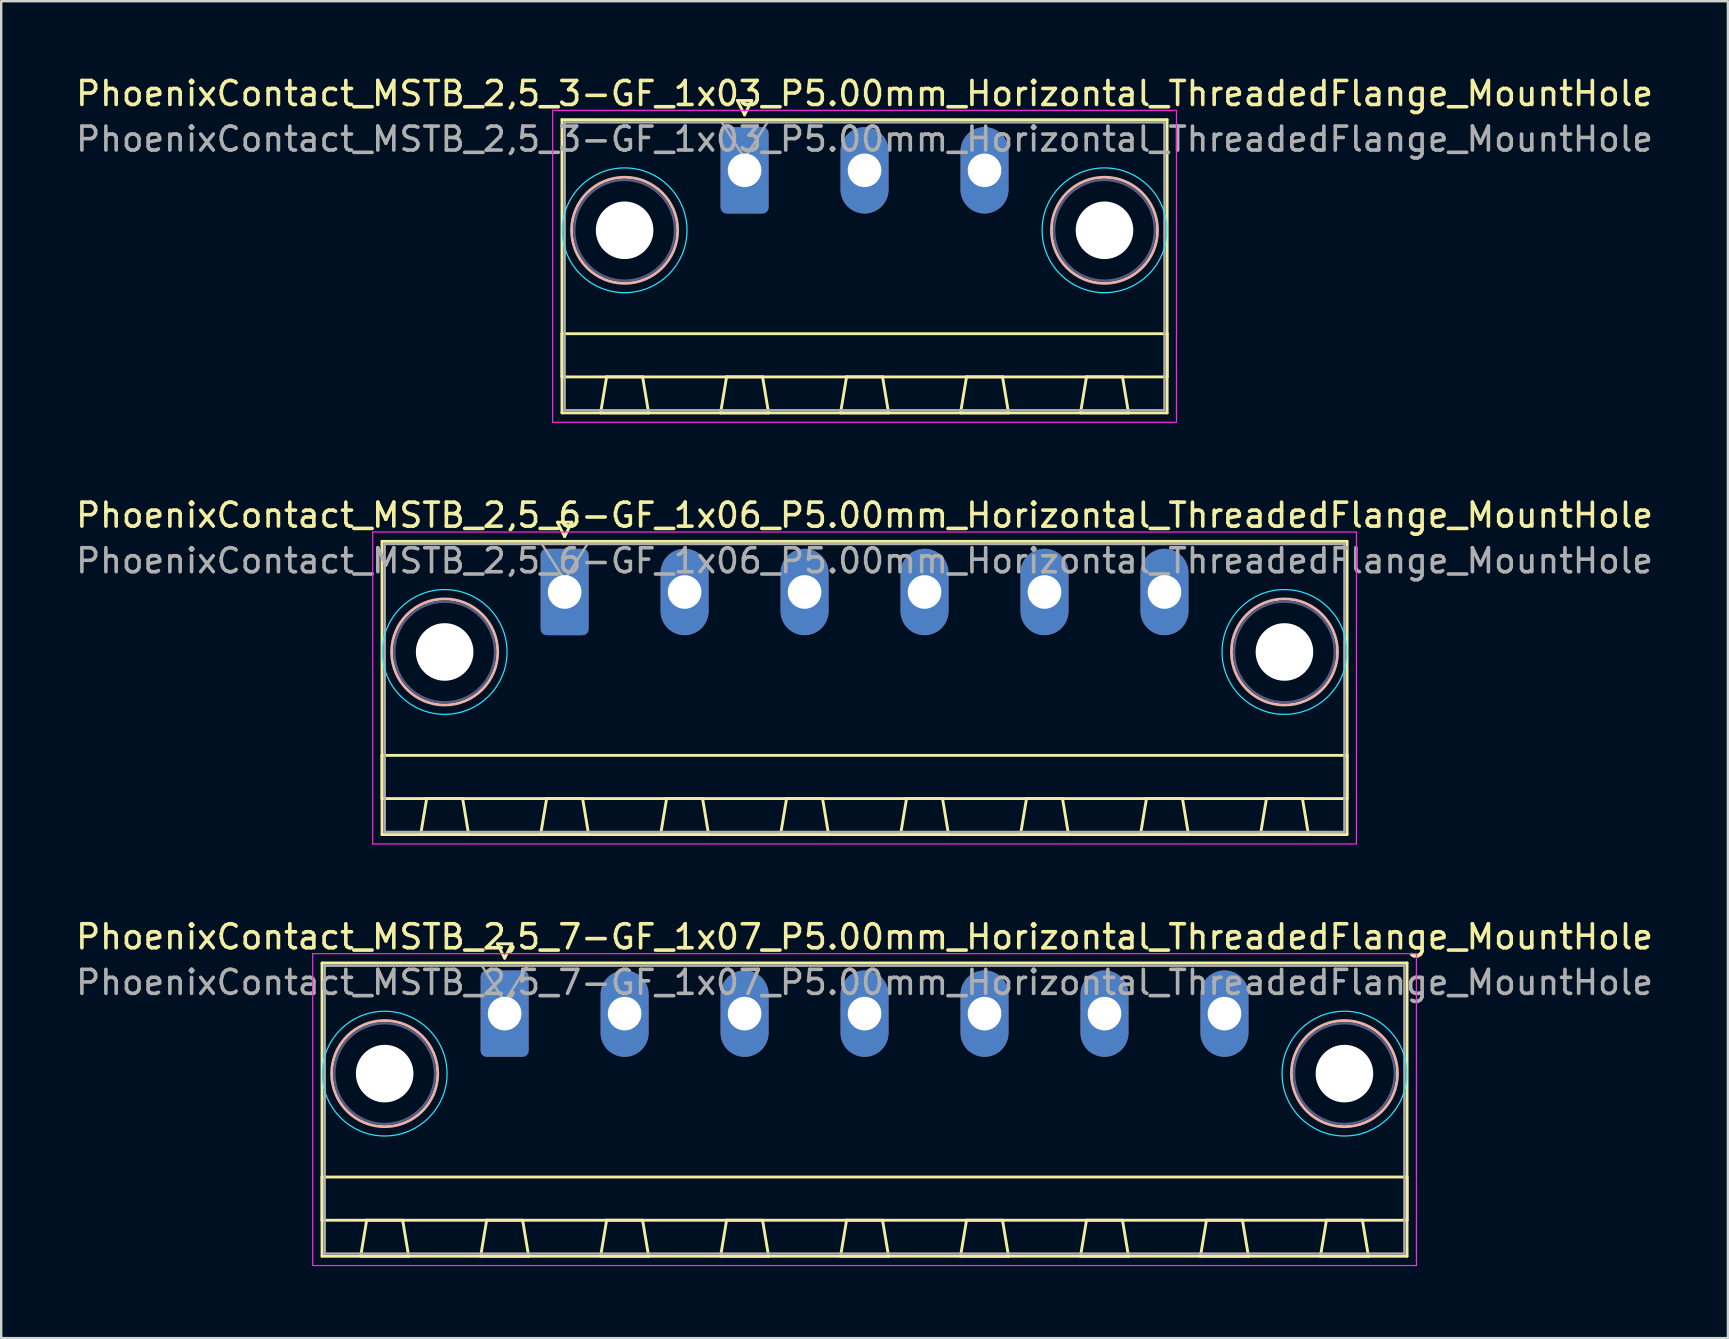
<source format=kicad_pcb>
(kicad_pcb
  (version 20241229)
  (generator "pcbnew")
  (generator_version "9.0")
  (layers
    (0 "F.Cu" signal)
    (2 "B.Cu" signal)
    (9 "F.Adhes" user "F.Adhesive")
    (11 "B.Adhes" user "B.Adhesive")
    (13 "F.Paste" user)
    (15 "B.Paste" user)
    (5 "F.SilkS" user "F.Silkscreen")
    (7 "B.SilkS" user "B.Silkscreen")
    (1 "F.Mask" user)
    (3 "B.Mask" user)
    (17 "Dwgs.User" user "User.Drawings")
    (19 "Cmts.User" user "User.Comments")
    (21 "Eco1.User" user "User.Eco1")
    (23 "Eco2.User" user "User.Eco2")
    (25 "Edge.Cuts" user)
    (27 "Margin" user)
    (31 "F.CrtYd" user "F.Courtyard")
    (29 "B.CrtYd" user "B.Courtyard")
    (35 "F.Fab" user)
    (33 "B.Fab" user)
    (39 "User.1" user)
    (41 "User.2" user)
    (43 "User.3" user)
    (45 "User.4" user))
  (footprint "PhoenixContact_MSTB_2,5_3-GF_1x03_P5.00mm_Horizontal_ThreadedFlange_MountHole"
    (layer "F.Cu")
    (at 27.982 4.048)
    (property "Reference" "PhoenixContact_MSTB_2,5_3-GF_1x03_P5.00mm_Horizontal_ThreadedFlange_MountHole" (at 5 -3.2 0) (layer "F.SilkS") (effects (font (size 1 1) (thickness 0.15))))
    (attr through_hole)
    (fp_line (start -7.61 -2.11) (end -7.61 10.11) (stroke (width 0.12) (type solid)) (layer "F.SilkS"))
    (fp_line (start -7.61 6.81) (end 17.61 6.81) (stroke (width 0.12) (type solid)) (layer "F.SilkS"))
    (fp_line (start -7.61 8.61) (end -7.61 6.81) (stroke (width 0.12) (type solid)) (layer "F.SilkS"))
    (fp_line (start -7.61 10.11) (end 17.61 10.11) (stroke (width 0.12) (type solid)) (layer "F.SilkS"))
    (fp_line (start -6 10.11) (end -4 10.11) (stroke (width 0.12) (type solid)) (layer "F.SilkS"))
    (fp_line (start -5.75 8.61) (end -6 10.11) (stroke (width 0.12) (type solid)) (layer "F.SilkS"))
    (fp_line (start -4.25 8.61) (end -5.75 8.61) (stroke (width 0.12) (type solid)) (layer "F.SilkS"))
    (fp_line (start -4 10.11) (end -4.25 8.61) (stroke (width 0.12) (type solid)) (layer "F.SilkS"))
    (fp_line (start -1 10.11) (end 1 10.11) (stroke (width 0.12) (type solid)) (layer "F.SilkS"))
    (fp_line (start -0.75 8.61) (end -1 10.11) (stroke (width 0.12) (type solid)) (layer "F.SilkS"))
    (fp_line (start -0.3 -2.91) (end 0.3 -2.91) (stroke (width 0.12) (type solid)) (layer "F.SilkS"))
    (fp_line (start 0 -2.31) (end -0.3 -2.91) (stroke (width 0.12) (type solid)) (layer "F.SilkS"))
    (fp_line (start 0.3 -2.91) (end 0 -2.31) (stroke (width 0.12) (type solid)) (layer "F.SilkS"))
    (fp_line (start 0.75 8.61) (end -0.75 8.61) (stroke (width 0.12) (type solid)) (layer "F.SilkS"))
    (fp_line (start 1 10.11) (end 0.75 8.61) (stroke (width 0.12) (type solid)) (layer "F.SilkS"))
    (fp_line (start 4 10.11) (end 6 10.11) (stroke (width 0.12) (type solid)) (layer "F.SilkS"))
    (fp_line (start 4.25 8.61) (end 4 10.11) (stroke (width 0.12) (type solid)) (layer "F.SilkS"))
    (fp_line (start 5.75 8.61) (end 4.25 8.61) (stroke (width 0.12) (type solid)) (layer "F.SilkS"))
    (fp_line (start 6 10.11) (end 5.75 8.61) (stroke (width 0.12) (type solid)) (layer "F.SilkS"))
    (fp_line (start 9 10.11) (end 11 10.11) (stroke (width 0.12) (type solid)) (layer "F.SilkS"))
    (fp_line (start 9.25 8.61) (end 9 10.11) (stroke (width 0.12) (type solid)) (layer "F.SilkS"))
    (fp_line (start 10.75 8.61) (end 9.25 8.61) (stroke (width 0.12) (type solid)) (layer "F.SilkS"))
    (fp_line (start 11 10.11) (end 10.75 8.61) (stroke (width 0.12) (type solid)) (layer "F.SilkS"))
    (fp_line (start 14 10.11) (end 16 10.11) (stroke (width 0.12) (type solid)) (layer "F.SilkS"))
    (fp_line (start 14.25 8.61) (end 14 10.11) (stroke (width 0.12) (type solid)) (layer "F.SilkS"))
    (fp_line (start 15.75 8.61) (end 14.25 8.61) (stroke (width 0.12) (type solid)) (layer "F.SilkS"))
    (fp_line (start 16 10.11) (end 15.75 8.61) (stroke (width 0.12) (type solid)) (layer "F.SilkS"))
    (fp_line (start 17.61 -2.11) (end -7.61 -2.11) (stroke (width 0.12) (type solid)) (layer "F.SilkS"))
    (fp_line (start 17.61 6.81) (end 17.61 8.61) (stroke (width 0.12) (type solid)) (layer "F.SilkS"))
    (fp_line (start 17.61 8.61) (end -7.61 8.61) (stroke (width 0.12) (type solid)) (layer "F.SilkS"))
    (fp_line (start 17.61 10.11) (end 17.61 -2.11) (stroke (width 0.12) (type solid)) (layer "F.SilkS"))
    (fp_circle (center -5 2.5) (end -2.79 2.5) (stroke (width 0.12) (type solid)) (fill no) (layer "B.SilkS"))
    (fp_circle (center 15 2.5) (end 17.21 2.5) (stroke (width 0.12) (type solid)) (fill no) (layer "B.SilkS"))
    (fp_circle (center -5 2.5) (end -2.4 2.5) (stroke (width 0.05) (type solid)) (fill no) (layer "B.CrtYd"))
    (fp_circle (center 15 2.5) (end 17.6 2.5) (stroke (width 0.05) (type solid)) (fill no) (layer "B.CrtYd"))
    (fp_line (start -8 -2.5) (end -8 10.5) (stroke (width 0.05) (type solid)) (layer "F.CrtYd"))
    (fp_line (start -8 10.5) (end 18 10.5) (stroke (width 0.05) (type solid)) (layer "F.CrtYd"))
    (fp_line (start 18 -2.5) (end -8 -2.5) (stroke (width 0.05) (type solid)) (layer "F.CrtYd"))
    (fp_line (start 18 10.5) (end 18 -2.5) (stroke (width 0.05) (type solid)) (layer "F.CrtYd"))
    (fp_circle (center -5 2.5) (end -2.9 2.5) (stroke (width 0.1) (type solid)) (fill no) (layer "B.Fab"))
    (fp_circle (center 15 2.5) (end 17.1 2.5) (stroke (width 0.1) (type solid)) (fill no) (layer "B.Fab"))
    (fp_line (start -7.5 -2) (end -7.5 10) (stroke (width 0.1) (type solid)) (layer "F.Fab"))
    (fp_line (start -7.5 10) (end 17.5 10) (stroke (width 0.1) (type solid)) (layer "F.Fab"))
    (fp_line (start 0 -0.5) (end -0.95 -2) (stroke (width 0.1) (type solid)) (layer "F.Fab"))
    (fp_line (start 0.95 -2) (end 0 -0.5) (stroke (width 0.1) (type solid)) (layer "F.Fab"))
    (fp_line (start 17.5 -2) (end -7.5 -2) (stroke (width 0.1) (type solid)) (layer "F.Fab"))
    (fp_line (start 17.5 10) (end 17.5 -2) (stroke (width 0.1) (type solid)) (layer "F.Fab"))
    (fp_text user "${REFERENCE}" (at 5 -1.3 0) (layer "F.Fab") (effects (font (size 1 1) (thickness 0.15))))
    (pad "" np_thru_hole circle (at -5 2.5) (size 2.4 2.4) (drill 2.4) (layers "*.Cu" "*.Mask"))
    (pad "" np_thru_hole circle (at 15 2.5) (size 2.4 2.4) (drill 2.4) (layers "*.Cu" "*.Mask"))
    (pad "1" thru_hole roundrect (at 0 0) (size 2 3.6) (drill 1.4) (layers "*.Cu" "*.Mask") (roundrect_rratio 0.125))
    (pad "2" thru_hole oval (at 5 0) (size 2 3.6) (drill 1.4) (layers "*.Cu" "*.Mask"))
    (pad "3" thru_hole oval (at 10 0) (size 2 3.6) (drill 1.4) (layers "*.Cu" "*.Mask")))
  (footprint "PhoenixContact_MSTB_2,5_6-GF_1x06_P5.00mm_Horizontal_ThreadedFlange_MountHole"
    (layer "F.Cu")
    (at 20.482 21.622)
    (property "Reference" "PhoenixContact_MSTB_2,5_6-GF_1x06_P5.00mm_Horizontal_ThreadedFlange_MountHole" (at 12.5 -3.2 0) (layer "F.SilkS") (effects (font (size 1 1) (thickness 0.15))))
    (attr through_hole)
    (fp_line (start -7.61 -2.11) (end -7.61 10.11) (stroke (width 0.12) (type solid)) (layer "F.SilkS"))
    (fp_line (start -7.61 6.81) (end 32.61 6.81) (stroke (width 0.12) (type solid)) (layer "F.SilkS"))
    (fp_line (start -7.61 8.61) (end -7.61 6.81) (stroke (width 0.12) (type solid)) (layer "F.SilkS"))
    (fp_line (start -7.61 10.11) (end 32.61 10.11) (stroke (width 0.12) (type solid)) (layer "F.SilkS"))
    (fp_line (start -6 10.11) (end -4 10.11) (stroke (width 0.12) (type solid)) (layer "F.SilkS"))
    (fp_line (start -5.75 8.61) (end -6 10.11) (stroke (width 0.12) (type solid)) (layer "F.SilkS"))
    (fp_line (start -4.25 8.61) (end -5.75 8.61) (stroke (width 0.12) (type solid)) (layer "F.SilkS"))
    (fp_line (start -4 10.11) (end -4.25 8.61) (stroke (width 0.12) (type solid)) (layer "F.SilkS"))
    (fp_line (start -1 10.11) (end 1 10.11) (stroke (width 0.12) (type solid)) (layer "F.SilkS"))
    (fp_line (start -0.75 8.61) (end -1 10.11) (stroke (width 0.12) (type solid)) (layer "F.SilkS"))
    (fp_line (start -0.3 -2.91) (end 0.3 -2.91) (stroke (width 0.12) (type solid)) (layer "F.SilkS"))
    (fp_line (start 0 -2.31) (end -0.3 -2.91) (stroke (width 0.12) (type solid)) (layer "F.SilkS"))
    (fp_line (start 0.3 -2.91) (end 0 -2.31) (stroke (width 0.12) (type solid)) (layer "F.SilkS"))
    (fp_line (start 0.75 8.61) (end -0.75 8.61) (stroke (width 0.12) (type solid)) (layer "F.SilkS"))
    (fp_line (start 1 10.11) (end 0.75 8.61) (stroke (width 0.12) (type solid)) (layer "F.SilkS"))
    (fp_line (start 4 10.11) (end 6 10.11) (stroke (width 0.12) (type solid)) (layer "F.SilkS"))
    (fp_line (start 4.25 8.61) (end 4 10.11) (stroke (width 0.12) (type solid)) (layer "F.SilkS"))
    (fp_line (start 5.75 8.61) (end 4.25 8.61) (stroke (width 0.12) (type solid)) (layer "F.SilkS"))
    (fp_line (start 6 10.11) (end 5.75 8.61) (stroke (width 0.12) (type solid)) (layer "F.SilkS"))
    (fp_line (start 9 10.11) (end 11 10.11) (stroke (width 0.12) (type solid)) (layer "F.SilkS"))
    (fp_line (start 9.25 8.61) (end 9 10.11) (stroke (width 0.12) (type solid)) (layer "F.SilkS"))
    (fp_line (start 10.75 8.61) (end 9.25 8.61) (stroke (width 0.12) (type solid)) (layer "F.SilkS"))
    (fp_line (start 11 10.11) (end 10.75 8.61) (stroke (width 0.12) (type solid)) (layer "F.SilkS"))
    (fp_line (start 14 10.11) (end 16 10.11) (stroke (width 0.12) (type solid)) (layer "F.SilkS"))
    (fp_line (start 14.25 8.61) (end 14 10.11) (stroke (width 0.12) (type solid)) (layer "F.SilkS"))
    (fp_line (start 15.75 8.61) (end 14.25 8.61) (stroke (width 0.12) (type solid)) (layer "F.SilkS"))
    (fp_line (start 16 10.11) (end 15.75 8.61) (stroke (width 0.12) (type solid)) (layer "F.SilkS"))
    (fp_line (start 19 10.11) (end 21 10.11) (stroke (width 0.12) (type solid)) (layer "F.SilkS"))
    (fp_line (start 19.25 8.61) (end 19 10.11) (stroke (width 0.12) (type solid)) (layer "F.SilkS"))
    (fp_line (start 20.75 8.61) (end 19.25 8.61) (stroke (width 0.12) (type solid)) (layer "F.SilkS"))
    (fp_line (start 21 10.11) (end 20.75 8.61) (stroke (width 0.12) (type solid)) (layer "F.SilkS"))
    (fp_line (start 24 10.11) (end 26 10.11) (stroke (width 0.12) (type solid)) (layer "F.SilkS"))
    (fp_line (start 24.25 8.61) (end 24 10.11) (stroke (width 0.12) (type solid)) (layer "F.SilkS"))
    (fp_line (start 25.75 8.61) (end 24.25 8.61) (stroke (width 0.12) (type solid)) (layer "F.SilkS"))
    (fp_line (start 26 10.11) (end 25.75 8.61) (stroke (width 0.12) (type solid)) (layer "F.SilkS"))
    (fp_line (start 29 10.11) (end 31 10.11) (stroke (width 0.12) (type solid)) (layer "F.SilkS"))
    (fp_line (start 29.25 8.61) (end 29 10.11) (stroke (width 0.12) (type solid)) (layer "F.SilkS"))
    (fp_line (start 30.75 8.61) (end 29.25 8.61) (stroke (width 0.12) (type solid)) (layer "F.SilkS"))
    (fp_line (start 31 10.11) (end 30.75 8.61) (stroke (width 0.12) (type solid)) (layer "F.SilkS"))
    (fp_line (start 32.61 -2.11) (end -7.61 -2.11) (stroke (width 0.12) (type solid)) (layer "F.SilkS"))
    (fp_line (start 32.61 6.81) (end 32.61 8.61) (stroke (width 0.12) (type solid)) (layer "F.SilkS"))
    (fp_line (start 32.61 8.61) (end -7.61 8.61) (stroke (width 0.12) (type solid)) (layer "F.SilkS"))
    (fp_line (start 32.61 10.11) (end 32.61 -2.11) (stroke (width 0.12) (type solid)) (layer "F.SilkS"))
    (fp_circle (center -5 2.5) (end -2.79 2.5) (stroke (width 0.12) (type solid)) (fill no) (layer "B.SilkS"))
    (fp_circle (center 30 2.5) (end 32.21 2.5) (stroke (width 0.12) (type solid)) (fill no) (layer "B.SilkS"))
    (fp_circle (center -5 2.5) (end -2.4 2.5) (stroke (width 0.05) (type solid)) (fill no) (layer "B.CrtYd"))
    (fp_circle (center 30 2.5) (end 32.6 2.5) (stroke (width 0.05) (type solid)) (fill no) (layer "B.CrtYd"))
    (fp_line (start -8 -2.5) (end -8 10.5) (stroke (width 0.05) (type solid)) (layer "F.CrtYd"))
    (fp_line (start -8 10.5) (end 33 10.5) (stroke (width 0.05) (type solid)) (layer "F.CrtYd"))
    (fp_line (start 33 -2.5) (end -8 -2.5) (stroke (width 0.05) (type solid)) (layer "F.CrtYd"))
    (fp_line (start 33 10.5) (end 33 -2.5) (stroke (width 0.05) (type solid)) (layer "F.CrtYd"))
    (fp_circle (center -5 2.5) (end -2.9 2.5) (stroke (width 0.1) (type solid)) (fill no) (layer "B.Fab"))
    (fp_circle (center 30 2.5) (end 32.1 2.5) (stroke (width 0.1) (type solid)) (fill no) (layer "B.Fab"))
    (fp_line (start -7.5 -2) (end -7.5 10) (stroke (width 0.1) (type solid)) (layer "F.Fab"))
    (fp_line (start -7.5 10) (end 32.5 10) (stroke (width 0.1) (type solid)) (layer "F.Fab"))
    (fp_line (start 0 -0.5) (end -0.95 -2) (stroke (width 0.1) (type solid)) (layer "F.Fab"))
    (fp_line (start 0.95 -2) (end 0 -0.5) (stroke (width 0.1) (type solid)) (layer "F.Fab"))
    (fp_line (start 32.5 -2) (end -7.5 -2) (stroke (width 0.1) (type solid)) (layer "F.Fab"))
    (fp_line (start 32.5 10) (end 32.5 -2) (stroke (width 0.1) (type solid)) (layer "F.Fab"))
    (fp_text user "${REFERENCE}" (at 12.5 -1.3 0) (layer "F.Fab") (effects (font (size 1 1) (thickness 0.15))))
    (pad "" np_thru_hole circle (at -5 2.5) (size 2.4 2.4) (drill 2.4) (layers "*.Cu" "*.Mask"))
    (pad "" np_thru_hole circle (at 30 2.5) (size 2.4 2.4) (drill 2.4) (layers "*.Cu" "*.Mask"))
    (pad "1" thru_hole roundrect (at 0 0) (size 2 3.6) (drill 1.4) (layers "*.Cu" "*.Mask") (roundrect_rratio 0.125))
    (pad "2" thru_hole oval (at 5 0) (size 2 3.6) (drill 1.4) (layers "*.Cu" "*.Mask"))
    (pad "3" thru_hole oval (at 10 0) (size 2 3.6) (drill 1.4) (layers "*.Cu" "*.Mask"))
    (pad "4" thru_hole oval (at 15 0) (size 2 3.6) (drill 1.4) (layers "*.Cu" "*.Mask"))
    (pad "5" thru_hole oval (at 20 0) (size 2 3.6) (drill 1.4) (layers "*.Cu" "*.Mask"))
    (pad "6" thru_hole oval (at 25 0) (size 2 3.6) (drill 1.4) (layers "*.Cu" "*.Mask")))
  (footprint "PhoenixContact_MSTB_2,5_7-GF_1x07_P5.00mm_Horizontal_ThreadedFlange_MountHole"
    (layer "F.Cu")
    (at 17.982 39.195)
    (property "Reference" "PhoenixContact_MSTB_2,5_7-GF_1x07_P5.00mm_Horizontal_ThreadedFlange_MountHole" (at 15 -3.2 0) (layer "F.SilkS") (effects (font (size 1 1) (thickness 0.15))))
    (attr through_hole)
    (fp_line (start -7.61 -2.11) (end -7.61 10.11) (stroke (width 0.12) (type solid)) (layer "F.SilkS"))
    (fp_line (start -7.61 6.81) (end 37.61 6.81) (stroke (width 0.12) (type solid)) (layer "F.SilkS"))
    (fp_line (start -7.61 8.61) (end -7.61 6.81) (stroke (width 0.12) (type solid)) (layer "F.SilkS"))
    (fp_line (start -7.61 10.11) (end 37.61 10.11) (stroke (width 0.12) (type solid)) (layer "F.SilkS"))
    (fp_line (start -6 10.11) (end -4 10.11) (stroke (width 0.12) (type solid)) (layer "F.SilkS"))
    (fp_line (start -5.75 8.61) (end -6 10.11) (stroke (width 0.12) (type solid)) (layer "F.SilkS"))
    (fp_line (start -4.25 8.61) (end -5.75 8.61) (stroke (width 0.12) (type solid)) (layer "F.SilkS"))
    (fp_line (start -4 10.11) (end -4.25 8.61) (stroke (width 0.12) (type solid)) (layer "F.SilkS"))
    (fp_line (start -1 10.11) (end 1 10.11) (stroke (width 0.12) (type solid)) (layer "F.SilkS"))
    (fp_line (start -0.75 8.61) (end -1 10.11) (stroke (width 0.12) (type solid)) (layer "F.SilkS"))
    (fp_line (start -0.3 -2.91) (end 0.3 -2.91) (stroke (width 0.12) (type solid)) (layer "F.SilkS"))
    (fp_line (start 0 -2.31) (end -0.3 -2.91) (stroke (width 0.12) (type solid)) (layer "F.SilkS"))
    (fp_line (start 0.3 -2.91) (end 0 -2.31) (stroke (width 0.12) (type solid)) (layer "F.SilkS"))
    (fp_line (start 0.75 8.61) (end -0.75 8.61) (stroke (width 0.12) (type solid)) (layer "F.SilkS"))
    (fp_line (start 1 10.11) (end 0.75 8.61) (stroke (width 0.12) (type solid)) (layer "F.SilkS"))
    (fp_line (start 4 10.11) (end 6 10.11) (stroke (width 0.12) (type solid)) (layer "F.SilkS"))
    (fp_line (start 4.25 8.61) (end 4 10.11) (stroke (width 0.12) (type solid)) (layer "F.SilkS"))
    (fp_line (start 5.75 8.61) (end 4.25 8.61) (stroke (width 0.12) (type solid)) (layer "F.SilkS"))
    (fp_line (start 6 10.11) (end 5.75 8.61) (stroke (width 0.12) (type solid)) (layer "F.SilkS"))
    (fp_line (start 9 10.11) (end 11 10.11) (stroke (width 0.12) (type solid)) (layer "F.SilkS"))
    (fp_line (start 9.25 8.61) (end 9 10.11) (stroke (width 0.12) (type solid)) (layer "F.SilkS"))
    (fp_line (start 10.75 8.61) (end 9.25 8.61) (stroke (width 0.12) (type solid)) (layer "F.SilkS"))
    (fp_line (start 11 10.11) (end 10.75 8.61) (stroke (width 0.12) (type solid)) (layer "F.SilkS"))
    (fp_line (start 14 10.11) (end 16 10.11) (stroke (width 0.12) (type solid)) (layer "F.SilkS"))
    (fp_line (start 14.25 8.61) (end 14 10.11) (stroke (width 0.12) (type solid)) (layer "F.SilkS"))
    (fp_line (start 15.75 8.61) (end 14.25 8.61) (stroke (width 0.12) (type solid)) (layer "F.SilkS"))
    (fp_line (start 16 10.11) (end 15.75 8.61) (stroke (width 0.12) (type solid)) (layer "F.SilkS"))
    (fp_line (start 19 10.11) (end 21 10.11) (stroke (width 0.12) (type solid)) (layer "F.SilkS"))
    (fp_line (start 19.25 8.61) (end 19 10.11) (stroke (width 0.12) (type solid)) (layer "F.SilkS"))
    (fp_line (start 20.75 8.61) (end 19.25 8.61) (stroke (width 0.12) (type solid)) (layer "F.SilkS"))
    (fp_line (start 21 10.11) (end 20.75 8.61) (stroke (width 0.12) (type solid)) (layer "F.SilkS"))
    (fp_line (start 24 10.11) (end 26 10.11) (stroke (width 0.12) (type solid)) (layer "F.SilkS"))
    (fp_line (start 24.25 8.61) (end 24 10.11) (stroke (width 0.12) (type solid)) (layer "F.SilkS"))
    (fp_line (start 25.75 8.61) (end 24.25 8.61) (stroke (width 0.12) (type solid)) (layer "F.SilkS"))
    (fp_line (start 26 10.11) (end 25.75 8.61) (stroke (width 0.12) (type solid)) (layer "F.SilkS"))
    (fp_line (start 29 10.11) (end 31 10.11) (stroke (width 0.12) (type solid)) (layer "F.SilkS"))
    (fp_line (start 29.25 8.61) (end 29 10.11) (stroke (width 0.12) (type solid)) (layer "F.SilkS"))
    (fp_line (start 30.75 8.61) (end 29.25 8.61) (stroke (width 0.12) (type solid)) (layer "F.SilkS"))
    (fp_line (start 31 10.11) (end 30.75 8.61) (stroke (width 0.12) (type solid)) (layer "F.SilkS"))
    (fp_line (start 34 10.11) (end 36 10.11) (stroke (width 0.12) (type solid)) (layer "F.SilkS"))
    (fp_line (start 34.25 8.61) (end 34 10.11) (stroke (width 0.12) (type solid)) (layer "F.SilkS"))
    (fp_line (start 35.75 8.61) (end 34.25 8.61) (stroke (width 0.12) (type solid)) (layer "F.SilkS"))
    (fp_line (start 36 10.11) (end 35.75 8.61) (stroke (width 0.12) (type solid)) (layer "F.SilkS"))
    (fp_line (start 37.61 -2.11) (end -7.61 -2.11) (stroke (width 0.12) (type solid)) (layer "F.SilkS"))
    (fp_line (start 37.61 6.81) (end 37.61 8.61) (stroke (width 0.12) (type solid)) (layer "F.SilkS"))
    (fp_line (start 37.61 8.61) (end -7.61 8.61) (stroke (width 0.12) (type solid)) (layer "F.SilkS"))
    (fp_line (start 37.61 10.11) (end 37.61 -2.11) (stroke (width 0.12) (type solid)) (layer "F.SilkS"))
    (fp_circle (center -5 2.5) (end -2.79 2.5) (stroke (width 0.12) (type solid)) (fill no) (layer "B.SilkS"))
    (fp_circle (center 35 2.5) (end 37.21 2.5) (stroke (width 0.12) (type solid)) (fill no) (layer "B.SilkS"))
    (fp_circle (center -5 2.5) (end -2.4 2.5) (stroke (width 0.05) (type solid)) (fill no) (layer "B.CrtYd"))
    (fp_circle (center 35 2.5) (end 37.6 2.5) (stroke (width 0.05) (type solid)) (fill no) (layer "B.CrtYd"))
    (fp_line (start -8 -2.5) (end -8 10.5) (stroke (width 0.05) (type solid)) (layer "F.CrtYd"))
    (fp_line (start -8 10.5) (end 38 10.5) (stroke (width 0.05) (type solid)) (layer "F.CrtYd"))
    (fp_line (start 38 -2.5) (end -8 -2.5) (stroke (width 0.05) (type solid)) (layer "F.CrtYd"))
    (fp_line (start 38 10.5) (end 38 -2.5) (stroke (width 0.05) (type solid)) (layer "F.CrtYd"))
    (fp_circle (center -5 2.5) (end -2.9 2.5) (stroke (width 0.1) (type solid)) (fill no) (layer "B.Fab"))
    (fp_circle (center 35 2.5) (end 37.1 2.5) (stroke (width 0.1) (type solid)) (fill no) (layer "B.Fab"))
    (fp_line (start -7.5 -2) (end -7.5 10) (stroke (width 0.1) (type solid)) (layer "F.Fab"))
    (fp_line (start -7.5 10) (end 37.5 10) (stroke (width 0.1) (type solid)) (layer "F.Fab"))
    (fp_line (start 0 -0.5) (end -0.95 -2) (stroke (width 0.1) (type solid)) (layer "F.Fab"))
    (fp_line (start 0.95 -2) (end 0 -0.5) (stroke (width 0.1) (type solid)) (layer "F.Fab"))
    (fp_line (start 37.5 -2) (end -7.5 -2) (stroke (width 0.1) (type solid)) (layer "F.Fab"))
    (fp_line (start 37.5 10) (end 37.5 -2) (stroke (width 0.1) (type solid)) (layer "F.Fab"))
    (fp_text user "${REFERENCE}" (at 15 -1.3 0) (layer "F.Fab") (effects (font (size 1 1) (thickness 0.15))))
    (pad "" np_thru_hole circle (at -5 2.5) (size 2.4 2.4) (drill 2.4) (layers "*.Cu" "*.Mask"))
    (pad "" np_thru_hole circle (at 35 2.5) (size 2.4 2.4) (drill 2.4) (layers "*.Cu" "*.Mask"))
    (pad "1" thru_hole roundrect (at 0 0) (size 2 3.6) (drill 1.4) (layers "*.Cu" "*.Mask") (roundrect_rratio 0.125))
    (pad "2" thru_hole oval (at 5 0) (size 2 3.6) (drill 1.4) (layers "*.Cu" "*.Mask"))
    (pad "3" thru_hole oval (at 10 0) (size 2 3.6) (drill 1.4) (layers "*.Cu" "*.Mask"))
    (pad "4" thru_hole oval (at 15 0) (size 2 3.6) (drill 1.4) (layers "*.Cu" "*.Mask"))
    (pad "5" thru_hole oval (at 20 0) (size 2 3.6) (drill 1.4) (layers "*.Cu" "*.Mask"))
    (pad "6" thru_hole oval (at 25 0) (size 2 3.6) (drill 1.4) (layers "*.Cu" "*.Mask"))
    (pad "7" thru_hole oval (at 30 0) (size 2 3.6) (drill 1.4) (layers "*.Cu" "*.Mask")))
  (gr_rect
    (start -3 -3)
    (end 68.964 52.72)
    (stroke (width 0.1) (type default))
    (fill no)
    (layer "Edge.Cuts")))
</source>
